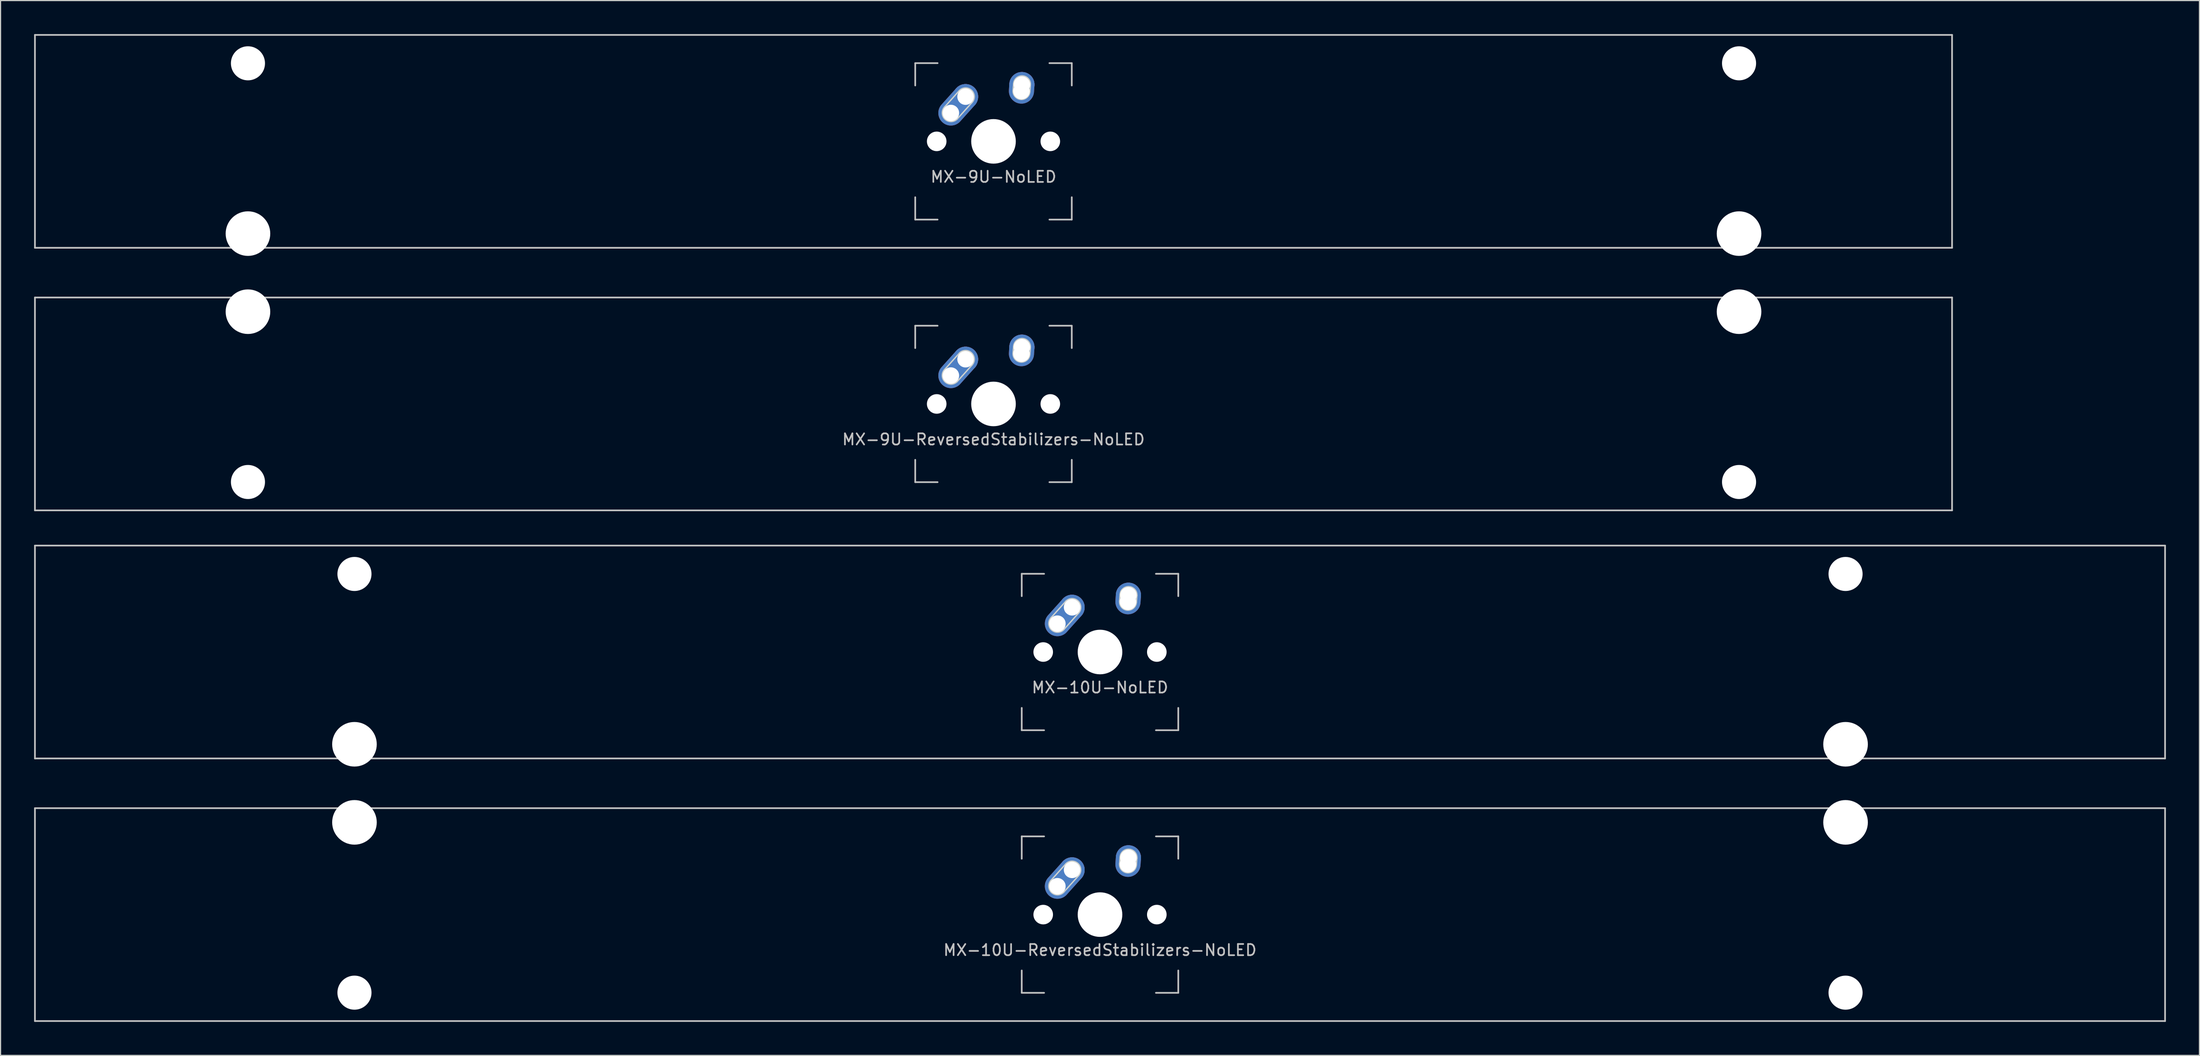
<source format=kicad_pcb>
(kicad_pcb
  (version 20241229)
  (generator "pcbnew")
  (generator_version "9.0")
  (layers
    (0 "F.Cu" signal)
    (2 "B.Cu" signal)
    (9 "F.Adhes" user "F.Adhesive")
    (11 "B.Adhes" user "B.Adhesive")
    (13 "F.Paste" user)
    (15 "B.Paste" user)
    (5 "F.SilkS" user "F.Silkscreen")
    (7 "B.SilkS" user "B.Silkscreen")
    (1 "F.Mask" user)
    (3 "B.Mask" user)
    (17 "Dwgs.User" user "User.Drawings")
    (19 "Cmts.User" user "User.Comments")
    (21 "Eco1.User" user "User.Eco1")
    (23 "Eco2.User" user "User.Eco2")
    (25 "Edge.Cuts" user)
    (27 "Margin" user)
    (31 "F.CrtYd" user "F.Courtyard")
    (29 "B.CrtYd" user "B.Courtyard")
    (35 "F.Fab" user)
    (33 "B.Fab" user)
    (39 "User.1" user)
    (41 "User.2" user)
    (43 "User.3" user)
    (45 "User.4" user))
  (footprint "MX-9U-ReversedStabilizers-NoLED"
    (layer "F.Cu")
    (at 85.8 33.098)
    (property "Reference" "MX-9U-ReversedStabilizers-NoLED" (at 0 3.175 0) (layer "Dwgs.User") (effects (font (size 1 1) (thickness 0.15))))
    (fp_line (start -85.725 -9.525) (end 85.725 -9.525) (stroke (width 0.15) (type solid)) (layer "Dwgs.User"))
    (fp_line (start -85.725 9.525) (end -85.725 -9.525) (stroke (width 0.15) (type solid)) (layer "Dwgs.User"))
    (fp_line (start -85.725 9.525) (end 85.725 9.525) (stroke (width 0.15) (type solid)) (layer "Dwgs.User"))
    (fp_line (start -7 -7) (end -7 -5) (stroke (width 0.15) (type solid)) (layer "Dwgs.User"))
    (fp_line (start -7 5) (end -7 7) (stroke (width 0.15) (type solid)) (layer "Dwgs.User"))
    (fp_line (start -7 7) (end -5 7) (stroke (width 0.15) (type solid)) (layer "Dwgs.User"))
    (fp_line (start -5 -7) (end -7 -7) (stroke (width 0.15) (type solid)) (layer "Dwgs.User"))
    (fp_line (start 5 -7) (end 7 -7) (stroke (width 0.15) (type solid)) (layer "Dwgs.User"))
    (fp_line (start 5 7) (end 7 7) (stroke (width 0.15) (type solid)) (layer "Dwgs.User"))
    (fp_line (start 7 -7) (end 7 -5) (stroke (width 0.15) (type solid)) (layer "Dwgs.User"))
    (fp_line (start 7 7) (end 7 5) (stroke (width 0.15) (type solid)) (layer "Dwgs.User"))
    (fp_line (start 85.725 -9.525) (end 85.725 9.525) (stroke (width 0.15) (type solid)) (layer "Dwgs.User"))
    (fp_line (start -4.35 -3.1) (end -3.05 -4.55) (stroke (width 0.12) (type solid)) (layer "Edge.Cuts"))
    (fp_line (start -1.95 -3.45) (end -3.25 -2) (stroke (width 0.12) (type solid)) (layer "Edge.Cuts"))
    (fp_line (start 1.8 -5.144) (end 1.75 -4.554) (stroke (width 0.12) (type solid)) (layer "Edge.Cuts"))
    (fp_line (start 3.3 -5.05) (end 3.25 -4.45) (stroke (width 0.12) (type solid)) (layer "Edge.Cuts"))
    (fp_arc (start -3.25 -2) (mid -4.35 -2) (end -4.35 -3.1) (stroke (width 0.12) (type solid)) (layer "Edge.Cuts"))
    (fp_arc (start -3.05 -4.55) (mid -1.95 -4.55) (end -1.95 -3.45) (stroke (width 0.12) (type solid)) (layer "Edge.Cuts"))
    (fp_arc (start 1.799633 -5.144139) (mid 2.59707 -5.850189) (end 3.299999 -5.05) (stroke (width 0.12) (type solid)) (layer "Edge.Cuts"))
    (fp_arc (start 3.249999 -4.45) (mid 2.448223 -3.750122) (end 1.750246 -4.553554) (stroke (width 0.12) (type solid)) (layer "Edge.Cuts"))
    (pad "" np_thru_hole circle (at -66.675 -8.255) (size 3.988 3.988) (drill 3.988) (layers "*.Cu" "*.Mask"))
    (pad "" np_thru_hole circle (at -66.675 6.985) (size 3.048 3.048) (drill 3.048) (layers "*.Cu" "*.Mask"))
    (pad "" np_thru_hole circle (at -5.08 0 48.1) (size 1.75 1.75) (drill 1.75) (layers "*.Cu" "*.Mask"))
    (pad "" np_thru_hole circle (at 0 0) (size 3.988 3.988) (drill 3.988) (layers "*.Cu" "*.Mask"))
    (pad "" np_thru_hole circle (at 5.08 0 48.1) (size 1.75 1.75) (drill 1.75) (layers "*.Cu" "*.Mask"))
    (pad "" np_thru_hole circle (at 66.675 -8.255) (size 3.988 3.988) (drill 3.988) (layers "*.Cu" "*.Mask"))
    (pad "" np_thru_hole circle (at 66.675 6.985) (size 3.048 3.048) (drill 3.048) (layers "*.Cu" "*.Mask"))
    (pad "1" thru_hole oval (at -3.81 -2.54 48.1) (size 4.212 2.25) (drill 1.47 (offset 0.981 0)) (layers "*.Cu" "B.Mask"))
    (pad "1" thru_hole circle (at -2.5 -4) (size 2.25 2.25) (drill 1.47) (layers "*.Cu" "B.Mask"))
    (pad "2" thru_hole oval (at 2.5 -4.5 86.055) (size 2.831 2.25) (drill 1.47 (offset 0.291 0)) (layers "*.Cu" "B.Mask"))
    (pad "2" thru_hole circle (at 2.54 -5.08) (size 2.25 2.25) (drill 1.47) (layers "*.Cu" "B.Mask")))
  (footprint "MX-10U-NoLED"
    (layer "F.Cu")
    (at 95.325 55.298)
    (property "Reference" "MX-10U-NoLED" (at 0 3.175 0) (layer "Dwgs.User") (effects (font (size 1 1) (thickness 0.15))))
    (fp_line (start -95.25 -9.525) (end 95.25 -9.525) (stroke (width 0.15) (type solid)) (layer "Dwgs.User"))
    (fp_line (start -95.25 9.525) (end -95.25 -9.525) (stroke (width 0.15) (type solid)) (layer "Dwgs.User"))
    (fp_line (start -95.25 9.525) (end 95.25 9.525) (stroke (width 0.15) (type solid)) (layer "Dwgs.User"))
    (fp_line (start -7 -7) (end -7 -5) (stroke (width 0.15) (type solid)) (layer "Dwgs.User"))
    (fp_line (start -7 5) (end -7 7) (stroke (width 0.15) (type solid)) (layer "Dwgs.User"))
    (fp_line (start -7 7) (end -5 7) (stroke (width 0.15) (type solid)) (layer "Dwgs.User"))
    (fp_line (start -5 -7) (end -7 -7) (stroke (width 0.15) (type solid)) (layer "Dwgs.User"))
    (fp_line (start 5 -7) (end 7 -7) (stroke (width 0.15) (type solid)) (layer "Dwgs.User"))
    (fp_line (start 5 7) (end 7 7) (stroke (width 0.15) (type solid)) (layer "Dwgs.User"))
    (fp_line (start 7 -7) (end 7 -5) (stroke (width 0.15) (type solid)) (layer "Dwgs.User"))
    (fp_line (start 7 7) (end 7 5) (stroke (width 0.15) (type solid)) (layer "Dwgs.User"))
    (fp_line (start 95.25 -9.525) (end 95.25 9.525) (stroke (width 0.15) (type solid)) (layer "Dwgs.User"))
    (fp_line (start -4.35 -3.1) (end -3.05 -4.55) (stroke (width 0.12) (type solid)) (layer "Edge.Cuts"))
    (fp_line (start -1.95 -3.45) (end -3.228 -2.022) (stroke (width 0.12) (type solid)) (layer "Edge.Cuts"))
    (fp_line (start 1.8 -5.154) (end 1.75 -4.554) (stroke (width 0.12) (type solid)) (layer "Edge.Cuts"))
    (fp_line (start 3.3 -5.05) (end 3.25 -4.45) (stroke (width 0.12) (type solid)) (layer "Edge.Cuts"))
    (fp_arc (start -3.228457 -2.022422) (mid -4.338897 -1.989116) (end -4.35 -3.1) (stroke (width 0.12) (type solid)) (layer "Edge.Cuts"))
    (fp_arc (start -3.05 -4.55) (mid -1.95 -4.55) (end -1.95 -3.45) (stroke (width 0.12) (type solid)) (layer "Edge.Cuts"))
    (fp_arc (start 1.800246 -5.153554) (mid 2.601777 -5.849879) (end 3.299999 -5.05) (stroke (width 0.12) (type solid)) (layer "Edge.Cuts"))
    (fp_arc (start 3.249999 -4.45) (mid 2.448223 -3.750122) (end 1.750246 -4.553554) (stroke (width 0.12) (type solid)) (layer "Edge.Cuts"))
    (pad "" np_thru_hole circle (at -66.675 -6.985) (size 3.048 3.048) (drill 3.048) (layers "*.Cu" "*.Mask"))
    (pad "" np_thru_hole circle (at -66.675 8.255) (size 3.988 3.988) (drill 3.988) (layers "*.Cu" "*.Mask"))
    (pad "" np_thru_hole circle (at -5.08 0 48.1) (size 1.75 1.75) (drill 1.75) (layers "*.Cu" "*.Mask"))
    (pad "" np_thru_hole circle (at 0 0) (size 3.988 3.988) (drill 3.988) (layers "*.Cu" "*.Mask"))
    (pad "" np_thru_hole circle (at 5.08 0 48.1) (size 1.75 1.75) (drill 1.75) (layers "*.Cu" "*.Mask"))
    (pad "" np_thru_hole circle (at 66.675 -6.985) (size 3.048 3.048) (drill 3.048) (layers "*.Cu" "*.Mask"))
    (pad "" np_thru_hole circle (at 66.675 8.255) (size 3.988 3.988) (drill 3.988) (layers "*.Cu" "*.Mask"))
    (pad "1" thru_hole oval (at -3.81 -2.54 48.1) (size 4.212 2.25) (drill 1.47 (offset 0.981 0)) (layers "*.Cu" "B.Mask"))
    (pad "1" thru_hole circle (at -2.5 -4) (size 2.25 2.25) (drill 1.47) (layers "*.Cu" "B.Mask"))
    (pad "2" thru_hole oval (at 2.5 -4.5 86.055) (size 2.831 2.25) (drill 1.47 (offset 0.291 0)) (layers "*.Cu" "B.Mask"))
    (pad "2" thru_hole circle (at 2.54 -5.08) (size 2.25 2.25) (drill 1.47) (layers "*.Cu" "B.Mask")))
  (footprint "MX-9U-NoLED"
    (layer "F.Cu")
    (at 85.8 9.6)
    (property "Reference" "MX-9U-NoLED" (at 0 3.175 0) (layer "Dwgs.User") (effects (font (size 1 1) (thickness 0.15))))
    (fp_line (start -85.725 -9.525) (end 85.725 -9.525) (stroke (width 0.15) (type solid)) (layer "Dwgs.User"))
    (fp_line (start -85.725 9.525) (end -85.725 -9.525) (stroke (width 0.15) (type solid)) (layer "Dwgs.User"))
    (fp_line (start -85.725 9.525) (end 85.725 9.525) (stroke (width 0.15) (type solid)) (layer "Dwgs.User"))
    (fp_line (start -7 -7) (end -7 -5) (stroke (width 0.15) (type solid)) (layer "Dwgs.User"))
    (fp_line (start -7 5) (end -7 7) (stroke (width 0.15) (type solid)) (layer "Dwgs.User"))
    (fp_line (start -7 7) (end -5 7) (stroke (width 0.15) (type solid)) (layer "Dwgs.User"))
    (fp_line (start -5 -7) (end -7 -7) (stroke (width 0.15) (type solid)) (layer "Dwgs.User"))
    (fp_line (start 5 -7) (end 7 -7) (stroke (width 0.15) (type solid)) (layer "Dwgs.User"))
    (fp_line (start 5 7) (end 7 7) (stroke (width 0.15) (type solid)) (layer "Dwgs.User"))
    (fp_line (start 7 -7) (end 7 -5) (stroke (width 0.15) (type solid)) (layer "Dwgs.User"))
    (fp_line (start 7 7) (end 7 5) (stroke (width 0.15) (type solid)) (layer "Dwgs.User"))
    (fp_line (start 85.725 -9.525) (end 85.725 9.525) (stroke (width 0.15) (type solid)) (layer "Dwgs.User"))
    (fp_line (start -4.35 -3.1) (end -3.05 -4.55) (stroke (width 0.12) (type solid)) (layer "Edge.Cuts"))
    (fp_line (start -1.95 -3.45) (end -3.25 -2) (stroke (width 0.12) (type solid)) (layer "Edge.Cuts"))
    (fp_line (start 1.8 -5.15) (end 1.75 -4.547) (stroke (width 0.12) (type solid)) (layer "Edge.Cuts"))
    (fp_line (start 3.3 -5.05) (end 3.25 -4.45) (stroke (width 0.12) (type solid)) (layer "Edge.Cuts"))
    (fp_arc (start -3.25 -2) (mid -4.35 -2) (end -4.35 -3.1) (stroke (width 0.12) (type solid)) (layer "Edge.Cuts"))
    (fp_arc (start -3.05 -4.55) (mid -1.95 -4.55) (end -1.95 -3.45) (stroke (width 0.12) (type solid)) (layer "Edge.Cuts"))
    (fp_arc (start 1.800001 -5.15) (mid 2.6 -5.849999) (end 3.299999 -5.05) (stroke (width 0.12) (type solid)) (layer "Edge.Cuts"))
    (fp_arc (start 3.249999 -4.45) (mid 2.451556 -3.749899) (end 1.7498 -4.546888) (stroke (width 0.12) (type solid)) (layer "Edge.Cuts"))
    (pad "" np_thru_hole circle (at -66.675 -6.985) (size 3.048 3.048) (drill 3.048) (layers "*.Cu" "*.Mask"))
    (pad "" np_thru_hole circle (at -66.675 8.255) (size 3.988 3.988) (drill 3.988) (layers "*.Cu" "*.Mask"))
    (pad "" np_thru_hole circle (at -5.08 0 48.1) (size 1.75 1.75) (drill 1.75) (layers "*.Cu" "*.Mask"))
    (pad "" np_thru_hole circle (at 0 0) (size 3.988 3.988) (drill 3.988) (layers "*.Cu" "*.Mask"))
    (pad "" np_thru_hole circle (at 5.08 0 48.1) (size 1.75 1.75) (drill 1.75) (layers "*.Cu" "*.Mask"))
    (pad "" np_thru_hole circle (at 66.675 -6.985) (size 3.048 3.048) (drill 3.048) (layers "*.Cu" "*.Mask"))
    (pad "" np_thru_hole circle (at 66.675 8.255) (size 3.988 3.988) (drill 3.988) (layers "*.Cu" "*.Mask"))
    (pad "1" thru_hole oval (at -3.81 -2.54 48.1) (size 4.212 2.25) (drill 1.47 (offset 0.981 0)) (layers "*.Cu" "B.Mask"))
    (pad "1" thru_hole circle (at -2.5 -4) (size 2.25 2.25) (drill 1.47) (layers "*.Cu" "B.Mask"))
    (pad "2" thru_hole oval (at 2.5 -4.5 86.055) (size 2.831 2.25) (drill 1.47 (offset 0.291 0)) (layers "*.Cu" "B.Mask"))
    (pad "2" thru_hole circle (at 2.54 -5.08) (size 2.25 2.25) (drill 1.47) (layers "*.Cu" "B.Mask")))
  (footprint "MX-10U-ReversedStabilizers-NoLED"
    (layer "F.Cu")
    (at 95.325 78.796)
    (property "Reference" "MX-10U-ReversedStabilizers-NoLED" (at 0 3.175 0) (layer "Dwgs.User") (effects (font (size 1 1) (thickness 0.15))))
    (fp_line (start -95.25 -9.525) (end 95.25 -9.525) (stroke (width 0.15) (type solid)) (layer "Dwgs.User"))
    (fp_line (start -95.25 9.525) (end -95.25 -9.525) (stroke (width 0.15) (type solid)) (layer "Dwgs.User"))
    (fp_line (start -95.25 9.525) (end 95.25 9.525) (stroke (width 0.15) (type solid)) (layer "Dwgs.User"))
    (fp_line (start -7 -7) (end -7 -5) (stroke (width 0.15) (type solid)) (layer "Dwgs.User"))
    (fp_line (start -7 5) (end -7 7) (stroke (width 0.15) (type solid)) (layer "Dwgs.User"))
    (fp_line (start -7 7) (end -5 7) (stroke (width 0.15) (type solid)) (layer "Dwgs.User"))
    (fp_line (start -5 -7) (end -7 -7) (stroke (width 0.15) (type solid)) (layer "Dwgs.User"))
    (fp_line (start 5 -7) (end 7 -7) (stroke (width 0.15) (type solid)) (layer "Dwgs.User"))
    (fp_line (start 5 7) (end 7 7) (stroke (width 0.15) (type solid)) (layer "Dwgs.User"))
    (fp_line (start 7 -7) (end 7 -5) (stroke (width 0.15) (type solid)) (layer "Dwgs.User"))
    (fp_line (start 7 7) (end 7 5) (stroke (width 0.15) (type solid)) (layer "Dwgs.User"))
    (fp_line (start 95.25 -9.525) (end 95.25 9.525) (stroke (width 0.15) (type solid)) (layer "Dwgs.User"))
    (fp_line (start -4.35 -3.1) (end -3.05 -4.55) (stroke (width 0.12) (type solid)) (layer "Edge.Cuts"))
    (fp_line (start -1.95 -3.45) (end -3.25 -2) (stroke (width 0.12) (type solid)) (layer "Edge.Cuts"))
    (fp_line (start 1.8 -5.154) (end 1.751 -4.558) (stroke (width 0.12) (type solid)) (layer "Edge.Cuts"))
    (fp_line (start 3.3 -5.05) (end 3.25 -4.45) (stroke (width 0.12) (type solid)) (layer "Edge.Cuts"))
    (fp_arc (start -3.25 -2) (mid -4.35 -2) (end -4.35 -3.1) (stroke (width 0.12) (type solid)) (layer "Edge.Cuts"))
    (fp_arc (start -3.05 -4.55) (mid -1.95 -4.55) (end -1.95 -3.45) (stroke (width 0.12) (type solid)) (layer "Edge.Cuts"))
    (fp_arc (start 1.800246 -5.153554) (mid 2.601777 -5.849879) (end 3.299999 -5.05) (stroke (width 0.12) (type solid)) (layer "Edge.Cuts"))
    (fp_arc (start 3.249999 -4.45) (mid 2.446174 -3.750266) (end 1.75055 -4.55765) (stroke (width 0.12) (type solid)) (layer "Edge.Cuts"))
    (pad "" np_thru_hole circle (at -66.675 -8.255) (size 3.988 3.988) (drill 3.988) (layers "*.Cu" "*.Mask"))
    (pad "" np_thru_hole circle (at -66.675 6.985) (size 3.048 3.048) (drill 3.048) (layers "*.Cu" "*.Mask"))
    (pad "" np_thru_hole circle (at -5.08 0 48.1) (size 1.75 1.75) (drill 1.75) (layers "*.Cu" "*.Mask"))
    (pad "" np_thru_hole circle (at 0 0) (size 3.988 3.988) (drill 3.988) (layers "*.Cu" "*.Mask"))
    (pad "" np_thru_hole circle (at 5.08 0 48.1) (size 1.75 1.75) (drill 1.75) (layers "*.Cu" "*.Mask"))
    (pad "" np_thru_hole circle (at 66.675 -8.255) (size 3.988 3.988) (drill 3.988) (layers "*.Cu" "*.Mask"))
    (pad "" np_thru_hole circle (at 66.675 6.985) (size 3.048 3.048) (drill 3.048) (layers "*.Cu" "*.Mask"))
    (pad "1" thru_hole oval (at -3.81 -2.54 48.1) (size 4.212 2.25) (drill 1.47 (offset 0.981 0)) (layers "*.Cu" "B.Mask"))
    (pad "1" thru_hole circle (at -2.5 -4) (size 2.25 2.25) (drill 1.47) (layers "*.Cu" "B.Mask"))
    (pad "2" thru_hole oval (at 2.5 -4.5 86.055) (size 2.831 2.25) (drill 1.47 (offset 0.291 0)) (layers "*.Cu" "B.Mask"))
    (pad "2" thru_hole circle (at 2.54 -5.08) (size 2.25 2.25) (drill 1.47) (layers "*.Cu" "B.Mask")))
  (gr_rect
    (start -3 -3)
    (end 193.65 91.396)
    (stroke (width 0.1) (type default))
    (fill no)
    (layer "Edge.Cuts")))
</source>
